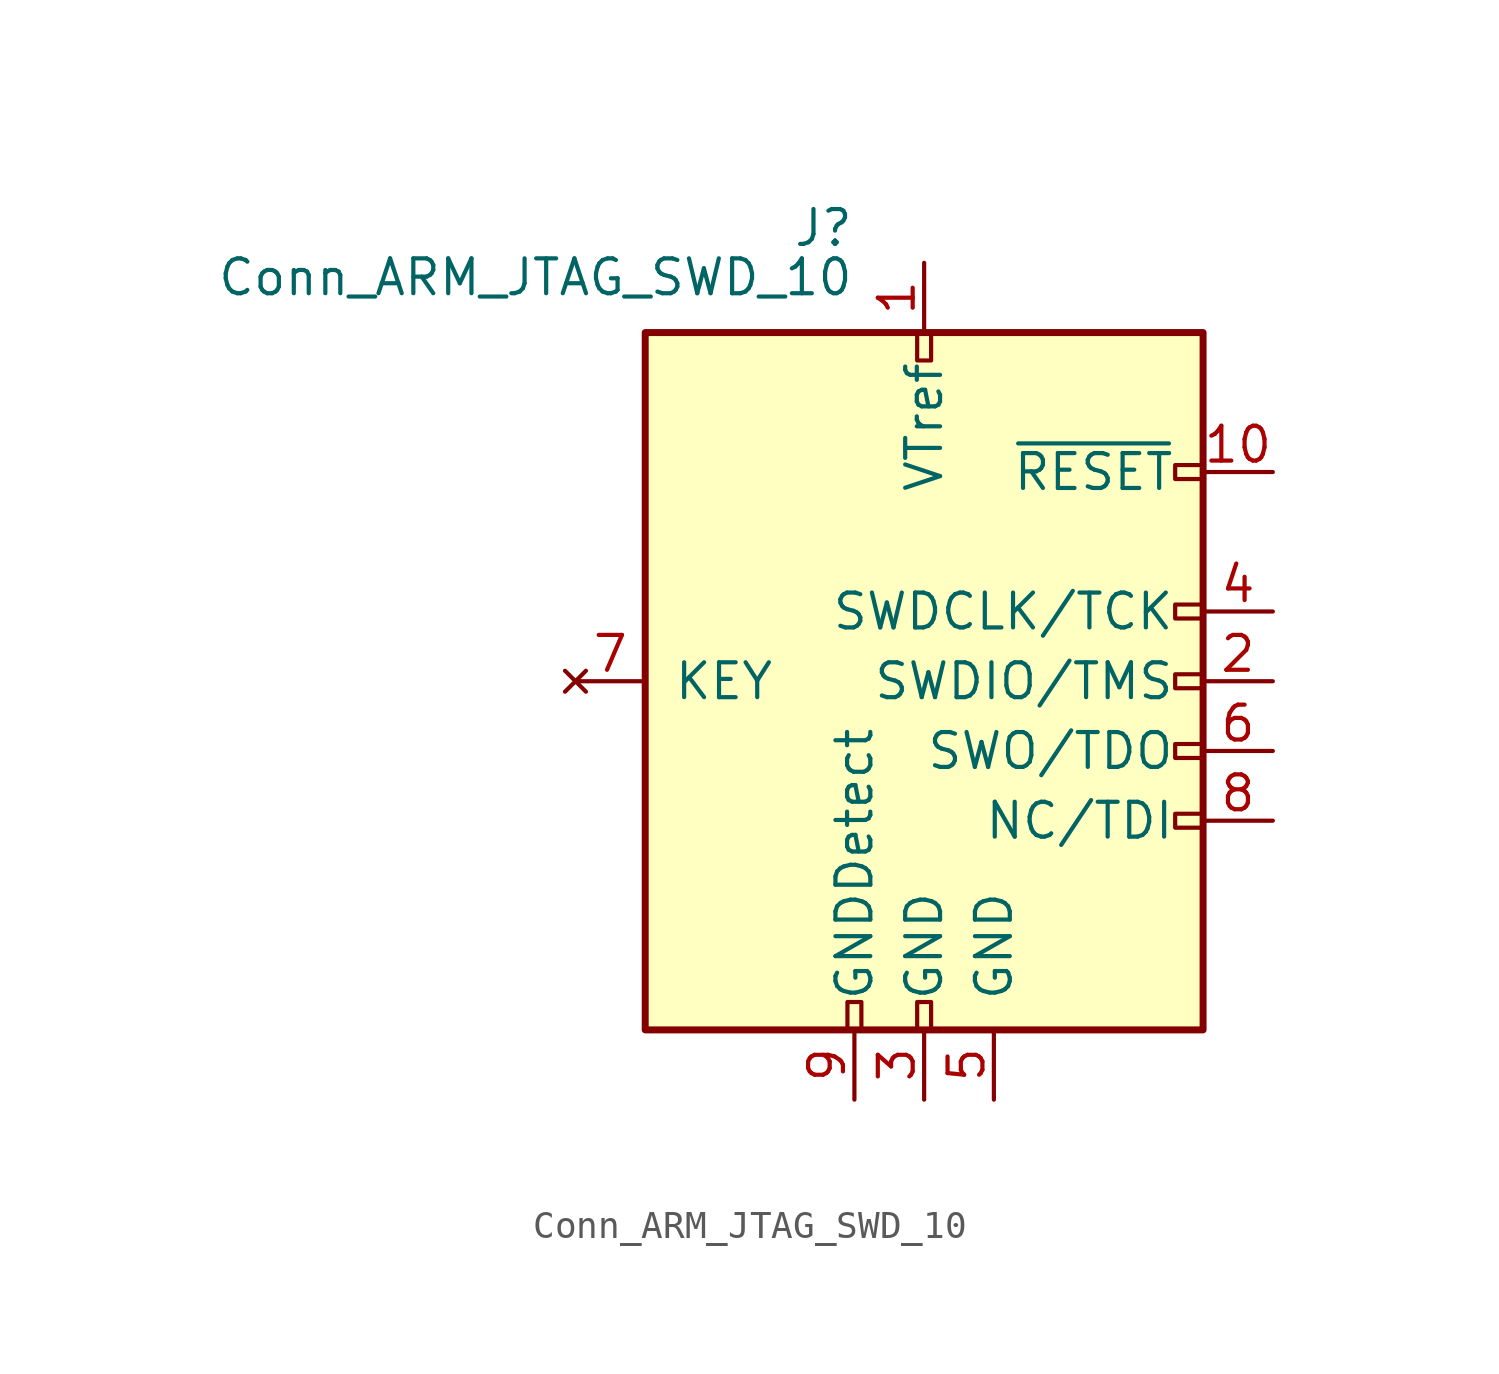
<source format=kicad_sym>
(kicad_symbol_lib
  (version 20220914)
  (generator kicad_symbol_editor)
  (symbol "Conn_ARM_JTAG_SWD_10"
    (pin_names
      (offset 1.016))
    (property "Reference" "J"
      (at -2.54 16.51 0)
      (effects (font (size 1.27 1.27)) (justify right)))
    (property "Value" "Conn_ARM_JTAG_SWD_10"
      (at -2.54 13.97 0)
      (effects (font (size 1.27 1.27)) (justify right bottom)))
    (symbol "Conn_ARM_JTAG_SWD_10_0_1"
      (rectangle (start -10.16 12.7) (end 10.16 -12.7) (stroke (width 0.254) (type default)) (fill (type background)))
      (rectangle (start -2.794 -12.7) (end -2.286 -11.684) (stroke (width 0) (type default)) (fill (type none)))
      (rectangle (start -0.254 -12.7) (end 0.254 -11.684) (stroke (width 0) (type default)) (fill (type none)))
      (rectangle (start -0.254 12.7) (end 0.254 11.684) (stroke (width 0) (type default)) (fill (type none)))
      (rectangle (start 9.144 2.286) (end 10.16 2.794) (stroke (width 0) (type default)) (fill (type none)))
      (rectangle (start 10.16 -2.794) (end 9.144 -2.286) (stroke (width 0) (type default)) (fill (type none)))
      (rectangle (start 10.16 -0.254) (end 9.144 0.254) (stroke (width 0) (type default)) (fill (type none)))
      (rectangle (start 10.16 7.874) (end 9.144 7.366) (stroke (width 0) (type default)) (fill (type none))))
    (symbol "Conn_ARM_JTAG_SWD_10_1_1"
      (rectangle (start 9.144 -5.334) (end 10.16 -4.826) (stroke (width 0) (type default)) (fill (type none)))
      (pin power_in line (at 0 15.24 270) (length 2.54) (name "VTref" (effects (font (size 1.27 1.27)))) (number "1" (effects (font (size 1.27 1.27)))))
      (pin open_collector line (at 12.7 7.62 180) (length 2.54) (name "~{RESET}" (effects (font (size 1.27 1.27)))) (number "10" (effects (font (size 1.27 1.27)))))
      (pin bidirectional line (at 12.7 0 180) (length 2.54) (name "SWDIO/TMS" (effects (font (size 1.27 1.27)))) (number "2" (effects (font (size 1.27 1.27)))))
      (pin power_in line (at 0 -15.24 90) (length 2.54) (name "GND" (effects (font (size 1.27 1.27)))) (number "3" (effects (font (size 1.27 1.27)))))
      (pin output line (at 12.7 2.54 180) (length 2.54) (name "SWDCLK/TCK" (effects (font (size 1.27 1.27)))) (number "4" (effects (font (size 1.27 1.27)))))
      (pin passive line (at 2.54 -15.24 90) (length 2.54) (name "GND" (effects (font (size 1.27 1.27)))) (number "5" (effects (font (size 1.27 1.27)))))
      (pin input line (at 12.7 -2.54 180) (length 2.54) (name "SWO/TDO" (effects (font (size 1.27 1.27)))) (number "6" (effects (font (size 1.27 1.27)))))
      (pin no_connect line (at -12.7 0 0) (length 2.54) (name "KEY" (effects (font (size 1.27 1.27)))) (number "7" (effects (font (size 1.27 1.27)))))
      (pin output line (at 12.7 -5.08 180) (length 2.54) (name "NC/TDI" (effects (font (size 1.27 1.27)))) (number "8" (effects (font (size 1.27 1.27)))))
      (pin passive line (at -2.54 -15.24 90) (length 2.54) (name "GNDDetect" (effects (font (size 1.27 1.27)))) (number "9" (effects (font (size 1.27 1.27))))))))
</source>
